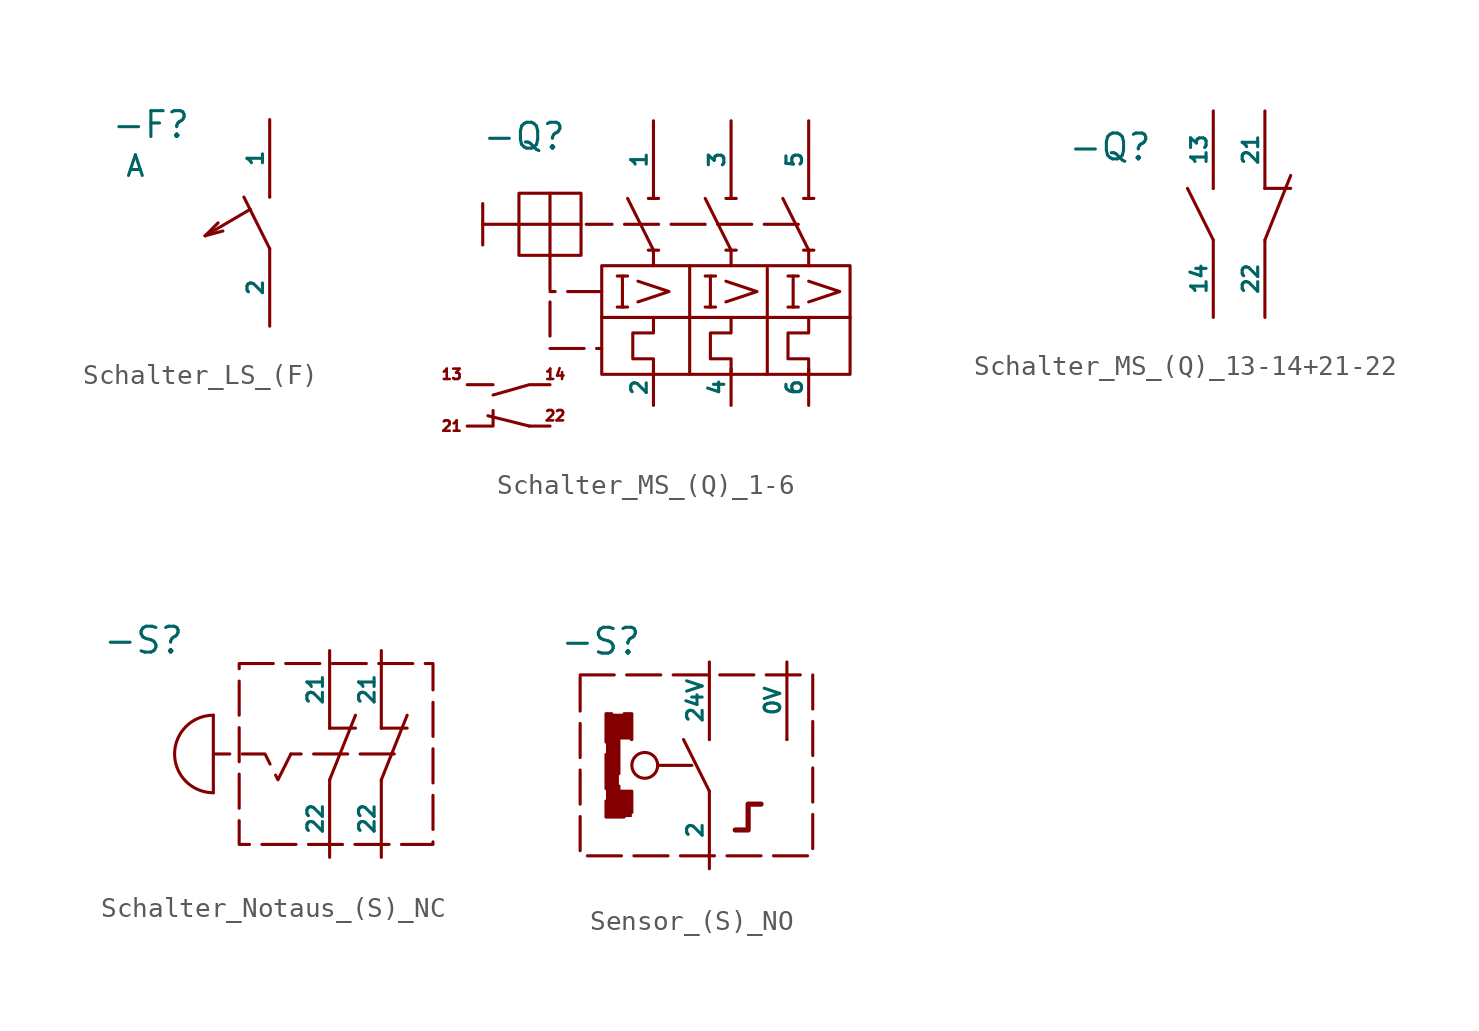
<source format=kicad_sym>
(kicad_symbol_lib
  (version 20241209)
  (generator "kicad_symbol_editor")
  (generator_version "9.0")
  (symbol "Schalter_LS_(F)"
    (pin_numbers
      (hide yes))
    (pin_names
      (offset 0))
    (property "Reference" "-F"
      (at -5.842 3.556 0)
      (do_not_autoplace)
      (effects (font (size 1.27 1.27))))
    (property "Value" "A"
      (at -6.604 1.524 0)
      (do_not_autoplace)
      (effects (font (size 1.016 1.016))))
    (symbol "Schalter_LS_(F)_0_1"
      (polyline (pts (xy -3.175 -1.905) (xy -2.54 -1.27)) (stroke (width 0) (type default)) (fill (type none)))
      (polyline (pts (xy -3.175 -1.905) (xy -2.301 -1.67)) (stroke (width 0) (type default)) (fill (type none)))
      (polyline (pts (xy -3.158 -1.895) (xy -3.158 -1.895)) (stroke (width 0) (type default)) (fill (type none)))
      (polyline (pts (xy -0.951 -0.601) (xy -3.175 -1.905)) (stroke (width 0) (type default)) (fill (type none)))
      (polyline (pts (xy 0 0) (xy 0 0)) (stroke (width 0) (type default)) (fill (type none)))
      (polyline (pts (xy 0 -2.54) (xy -1.27 0)) (stroke (width 0) (type default)) (fill (type none))))
    (symbol "Schalter_LS_(F)_1_1"
      (pin input line (at 0 3.81 270) (length 3.81) (name "1" (effects (font (size 0.762 0.762)))) (number "1" (effects (font (size 0.508 0.508)))))
      (pin output line (at 0 -6.35 90) (length 3.81) (name "2" (effects (font (size 0.762 0.762)))) (number "2" (effects (font (size 0.508 0.508)))))))
  (symbol "Schalter_MS_(Q)_1-6"
    (pin_numbers
      (hide yes))
    (pin_names
      (offset 0))
    (property "Reference" "-Q"
      (at -6.35 4.318 0)
      (effects (font (size 1.27 1.27))))
    (property "Value" ""
      (at 0 0 0)
      (effects (font (size 1.27 1.27))))
    (symbol "Schalter_MS_(Q)_1-6_0_1"
      (polyline (pts (xy -9.144 -9.906) (xy -7.874 -9.906) (xy -7.874 -9.144)) (stroke (width 0) (type default)) (fill (type none)))
      (polyline (pts (xy -8.128 -9.398) (xy -6.096 -9.906)) (stroke (width 0) (type default)) (fill (type none)))
      (polyline (pts (xy -7.874 -7.874) (xy -9.144 -7.874)) (stroke (width 0) (type default)) (fill (type none)))
      (polyline (pts (xy -6.096 -9.906) (xy -5.08 -9.906)) (stroke (width 0) (type default)) (fill (type none)))
      (polyline (pts (xy -5.08 -7.874) (xy -6.096 -7.874) (xy -7.874 -8.382)) (stroke (width 0) (type default)) (fill (type none)))
      (rectangle (start -2.54 -2.032) (end 9.652 -7.366) (stroke (width 0) (type default)) (fill (type none)))
      (polyline (pts (xy -1.778 -2.54) (xy -1.27 -2.54)) (stroke (width 0) (type default)) (fill (type none)))
      (polyline (pts (xy -1.778 -4.064) (xy -1.27 -4.064)) (stroke (width 0) (type default)) (fill (type none)))
      (polyline (pts (xy -1.524 -2.54) (xy -1.524 -4.064)) (stroke (width 0) (type default)) (fill (type none)))
      (polyline (pts (xy -0.762 -2.794) (xy 0.762 -3.302) (xy -0.762 -3.81)) (stroke (width 0) (type default)) (fill (type none)))
      (polyline (pts (xy -0.254 1.27) (xy 0.254 1.27)) (stroke (width 0) (type default)) (fill (type none)))
      (polyline (pts (xy -0.254 -1.27) (xy 0.254 -1.27)) (stroke (width 0) (type default)) (fill (type none)))
      (polyline (pts (xy 0 1.27) (xy 0 1.27)) (stroke (width 0) (type default)) (fill (type none)))
      (polyline (pts (xy 0 -1.27) (xy -1.27 1.27)) (stroke (width 0) (type default)) (fill (type none)))
      (polyline (pts (xy 0 -1.27) (xy 0 -2.032)) (stroke (width 0) (type default)) (fill (type none)))
      (polyline (pts (xy 0 -4.572) (xy 0 -5.334) (xy -1.016 -5.334) (xy -1.016 -6.604) (xy 0 -6.604) (xy 0 -7.366)) (stroke (width 0) (type default)) (fill (type none)))
      (polyline (pts (xy 1.778 -2.032) (xy 1.778 -7.366)) (stroke (width 0) (type default)) (fill (type none)))
      (polyline (pts (xy 2.54 -2.54) (xy 3.048 -2.54)) (stroke (width 0) (type default)) (fill (type none)))
      (polyline (pts (xy 2.54 -4.064) (xy 3.048 -4.064)) (stroke (width 0) (type default)) (fill (type none)))
      (polyline (pts (xy 2.794 -2.54) (xy 2.794 -4.064)) (stroke (width 0) (type default)) (fill (type none)))
      (polyline (pts (xy 3.556 1.27) (xy 4.064 1.27)) (stroke (width 0) (type default)) (fill (type none)))
      (polyline (pts (xy 3.556 -1.27) (xy 4.064 -1.27)) (stroke (width 0) (type default)) (fill (type none)))
      (polyline (pts (xy 3.556 -2.794) (xy 5.08 -3.302) (xy 3.556 -3.81)) (stroke (width 0) (type default)) (fill (type none)))
      (polyline (pts (xy 3.81 1.27) (xy 3.81 1.27)) (stroke (width 0) (type default)) (fill (type none)))
      (polyline (pts (xy 3.81 -1.27) (xy 2.54 1.27)) (stroke (width 0) (type default)) (fill (type none)))
      (polyline (pts (xy 3.81 -1.27) (xy 3.81 -2.032)) (stroke (width 0) (type default)) (fill (type none)))
      (polyline (pts (xy 3.81 -4.572) (xy 3.81 -5.334) (xy 2.794 -5.334) (xy 2.794 -6.604) (xy 3.81 -6.604) (xy 3.81 -7.366)) (stroke (width 0) (type default)) (fill (type none)))
      (polyline (pts (xy 5.588 -2.159) (xy 5.588 -7.366)) (stroke (width 0) (type default)) (fill (type none)))
      (polyline (pts (xy 6.604 -2.54) (xy 7.112 -2.54)) (stroke (width 0) (type default)) (fill (type none)))
      (polyline (pts (xy 6.604 -4.064) (xy 7.112 -4.064)) (stroke (width 0) (type default)) (fill (type none)))
      (polyline (pts (xy 6.858 -2.54) (xy 6.858 -4.064)) (stroke (width 0) (type default)) (fill (type none)))
      (polyline (pts (xy 7.366 1.27) (xy 7.874 1.27)) (stroke (width 0) (type default)) (fill (type none)))
      (polyline (pts (xy 7.366 -1.27) (xy 7.874 -1.27)) (stroke (width 0) (type default)) (fill (type none)))
      (polyline (pts (xy 7.62 1.27) (xy 7.62 1.27)) (stroke (width 0) (type default)) (fill (type none)))
      (polyline (pts (xy 7.62 -1.27) (xy 6.35 1.27)) (stroke (width 0) (type default)) (fill (type none)))
      (polyline (pts (xy 7.62 -1.27) (xy 7.62 -2.032)) (stroke (width 0) (type default)) (fill (type none)))
      (polyline (pts (xy 7.62 -2.794) (xy 9.144 -3.302) (xy 7.62 -3.81)) (stroke (width 0) (type default)) (fill (type none)))
      (polyline (pts (xy 7.62 -4.572) (xy 7.62 -5.334) (xy 6.604 -5.334) (xy 6.604 -6.604) (xy 7.62 -6.604) (xy 7.62 -7.366)) (stroke (width 0) (type default)) (fill (type none)))
      (polyline (pts (xy 9.652 -4.572) (xy -2.54 -4.572)) (stroke (width 0) (type default)) (fill (type none))))
    (symbol "Schalter_MS_(Q)_1-6_1_1"
      (polyline (pts (xy -8.382 0) (xy -8.382 -1.016)) (stroke (width 0) (type default)) (fill (type none)))
      (polyline (pts (xy -5.08 -1.524) (xy -5.08 1.524)) (stroke (width 0) (type default)) (fill (type none)))
      (polyline (pts (xy -5.08 -1.524) (xy -5.08 -6.096) (xy -2.54 -6.096)) (stroke (width 0) (type dash)) (fill (type none)))
      (rectangle (start -3.556 1.524) (end -6.604 -1.524) (stroke (width 0) (type default)) (fill (type none)))
      (polyline (pts (xy -3.556 0) (xy -8.382 0) (xy -8.382 1.016)) (stroke (width 0) (type default)) (fill (type none)))
      (polyline (pts (xy -2.54 -3.302) (xy -5.08 -3.302)) (stroke (width 0) (type dash)) (fill (type none)))
      (polyline (pts (xy 7.112 0) (xy -3.302 0)) (stroke (width 0) (type dash)) (fill (type none)))
      (text "13" (at -9.906 -7.366 0) (effects (font (size 0.508 0.508))))
      (text "21" (at -9.906 -9.906 0) (effects (font (size 0.508 0.508))))
      (text "14" (at -4.826 -7.366 0) (effects (font (size 0.508 0.508))))
      (text "22" (at -4.826 -9.398 0) (effects (font (size 0.508 0.508))))
      (pin unspecified line (at 0 5.08 270) (length 3.81) (name "1" (effects (font (size 0.762 0.762)))) (number "1" (effects (font (size 0.508 0.508)))))
      (pin unspecified line (at 0 -8.89 90) (length 1.778) (name "2" (effects (font (size 0.762 0.762)))) (number "2" (effects (font (size 0.508 0.508)))))
      (pin unspecified line (at 3.81 5.08 270) (length 3.81) (name "3" (effects (font (size 0.762 0.762)))) (number "3" (effects (font (size 0.508 0.508)))))
      (pin unspecified line (at 3.81 -8.89 90) (length 1.778) (name "4" (effects (font (size 0.762 0.762)))) (number "4" (effects (font (size 0.508 0.508)))))
      (pin unspecified line (at 7.62 5.08 270) (length 3.81) (name "5" (effects (font (size 0.762 0.762)))) (number "5" (effects (font (size 0.508 0.508)))))
      (pin unspecified line (at 7.62 -8.89 90) (length 1.778) (name "6" (effects (font (size 0.762 0.762)))) (number "6" (effects (font (size 0.508 0.508)))))))
  (symbol "Schalter_MS_(Q)_13-14+21-22"
    (pin_numbers
      (hide yes))
    (pin_names
      (offset 0))
    (property "Reference" "-Q"
      (at -5.08 3.302 0)
      (effects (font (size 1.27 1.27))))
    (property "Value" ""
      (at 0 0 0)
      (effects (font (size 1.27 1.27))))
    (symbol "Schalter_MS_(Q)_13-14+21-22_0_1"
      (polyline (pts (xy 0 1.27) (xy 0 1.27)) (stroke (width 0) (type default)) (fill (type none)))
      (polyline (pts (xy 0 -1.27) (xy -1.27 1.27)) (stroke (width 0) (type default)) (fill (type none)))
      (polyline (pts (xy 2.54 1.27) (xy 2.54 1.27)) (stroke (width 0) (type default)) (fill (type none)))
      (polyline (pts (xy 2.54 1.27) (xy 3.81 1.27)) (stroke (width 0) (type default)) (fill (type none)))
      (polyline (pts (xy 2.54 -1.27) (xy 3.81 1.905)) (stroke (width 0) (type default)) (fill (type none))))
    (symbol "Schalter_MS_(Q)_13-14+21-22_1_1"
      (pin unspecified line (at 0 5.08 270) (length 3.81) (name "13" (effects (font (size 0.762 0.762)))) (number "13" (effects (font (size 0.508 0.508)))))
      (pin unspecified line (at 0 -5.08 90) (length 3.81) (name "14" (effects (font (size 0.762 0.762)))) (number "14" (effects (font (size 0.508 0.508)))))
      (pin unspecified line (at 2.54 5.08 270) (length 3.81) (name "21" (effects (font (size 0.762 0.762)))) (number "21" (effects (font (size 0.762 0.762)))))
      (pin unspecified line (at 2.54 -5.08 90) (length 3.81) (name "22" (effects (font (size 0.762 0.762)))) (number "22" (effects (font (size 0.762 0.762)))))))
  (symbol "Schalter_Notaus_(S)_NC"
    (pin_numbers
      (hide yes))
    (pin_names
      (offset 0))
    (property "Reference" "-S"
      (at -9.144 5.588 0)
      (effects (font (size 1.27 1.27))))
    (property "Value" ""
      (at 0 0 0)
      (effects (font (size 1.27 1.27))))
    (symbol "Schalter_Notaus_(S)_NC_0_1"
      (polyline (pts (xy -5.715 1.905) (xy -5.715 -1.905)) (stroke (width 0) (type default)) (fill (type none)))
      (arc (start -5.715 -1.905) (mid -7.62 0) (end -5.715 1.905) (stroke (width 0) (type default)) (fill (type none)))
      (polyline (pts (xy 0 1.27) (xy 0 1.27)) (stroke (width 0) (type default)) (fill (type none)))
      (polyline (pts (xy 0 1.27) (xy 1.27 1.27)) (stroke (width 0) (type default)) (fill (type none)))
      (polyline (pts (xy 0 -1.27) (xy 1.27 1.905)) (stroke (width 0) (type default)) (fill (type none)))
      (polyline (pts (xy 2.54 1.27) (xy 2.54 1.27)) (stroke (width 0) (type default)) (fill (type none)))
      (polyline (pts (xy 2.54 1.27) (xy 3.81 1.27)) (stroke (width 0) (type default)) (fill (type none)))
      (polyline (pts (xy 2.54 -1.27) (xy 3.81 1.905)) (stroke (width 0) (type default)) (fill (type none))))
    (symbol "Schalter_Notaus_(S)_NC_1_1"
      (rectangle (start -4.445 4.445) (end 5.08 -4.445) (stroke (width 0) (type dash)) (fill (type none)))
      (polyline (pts (xy -1.905 0) (xy -2.54 -1.27) (xy -3.175 0) (xy -5.715 0)) (stroke (width 0) (type dash)) (fill (type none)))
      (polyline (pts (xy 3.175 0) (xy -1.905 0)) (stroke (width 0) (type dash)) (fill (type none)))
      (pin unspecified line (at 0 5.08 270) (length 3.81) (name "21" (effects (font (size 0.762 0.762)))) (number "21" (effects (font (size 0.762 0.762)))))
      (pin unspecified line (at 0 -5.08 90) (length 3.81) (name "22" (effects (font (size 0.762 0.762)))) (number "21" (effects (font (size 0.762 0.762)))))
      (pin unspecified line (at 2.54 5.08 270) (length 3.81) (name "21" (effects (font (size 0.762 0.762)))) (number "21" (effects (font (size 0.762 0.762)))))
      (pin unspecified line (at 2.54 -5.08 90) (length 3.81) (name "22" (effects (font (size 0.762 0.762)))) (number "22" (effects (font (size 0.762 0.762)))))))
  (symbol "Sensor_(S)_NO"
    (pin_numbers
      (hide yes))
    (pin_names
      (offset 0))
    (property "Reference" "-S"
      (at -5.334 6.096 0)
      (effects (font (size 1.27 1.27))))
    (property "Value" ""
      (at 0 0 0)
      (effects (font (size 1.27 1.27))))
    (symbol "Sensor_(S)_NO_0_1"
      (polyline (pts (xy 0 1.27) (xy 0 1.27)) (stroke (width 0) (type default)) (fill (type none)))
      (polyline (pts (xy 0 -1.27) (xy -1.27 1.27)) (stroke (width 0) (type default)) (fill (type none)))
      (polyline (pts (xy 3.81 1.27) (xy 3.81 1.27)) (stroke (width 0) (type default)) (fill (type none))))
    (symbol "Sensor_(S)_NO_1_1"
      (rectangle (start -6.35 4.445) (end 5.08 -4.445) (stroke (width 0) (type dash)) (fill (type none)))
      (polyline (pts (xy -4.445 -1.27) (xy -3.81 -1.27) (xy -3.81 -2.54) (xy -5.08 -2.54) (xy -5.08 2.54) (xy -3.81 2.54) (xy -3.81 1.27) (xy -4.445 1.27) (xy -4.445 -1.27)) (stroke (width 0) (type solid)) (fill (type outline)))
      (circle (center -3.175 0) (radius 0.635) (stroke (width 0) (type solid)) (fill (type none)))
      (polyline (pts (xy -2.54 0) (xy -0.635 0)) (stroke (width 0) (type dash)) (fill (type none)))
      (polyline (pts (xy 2.54 -1.905) (xy 1.905 -1.905) (xy 1.905 -3.175) (xy 1.27 -3.175)) (stroke (width 0.254) (type solid)) (fill (type none)))
      (pin input line (at 0 5.08 270) (length 3.81) (name "24V" (effects (font (size 0.762 0.762)))) (number "24V" (effects (font (size 0.508 0.508)))))
      (pin output line (at 0 -5.08 90) (length 3.81) (name "2" (effects (font (size 0.762 0.762)))) (number "2" (effects (font (size 0.508 0.508)))))
      (pin output line (at 3.81 5.08 270) (length 3.81) (name "0V" (effects (font (size 0.762 0.762)))) (number "0V" (effects (font (size 0.762 0.762))))))))
</source>
